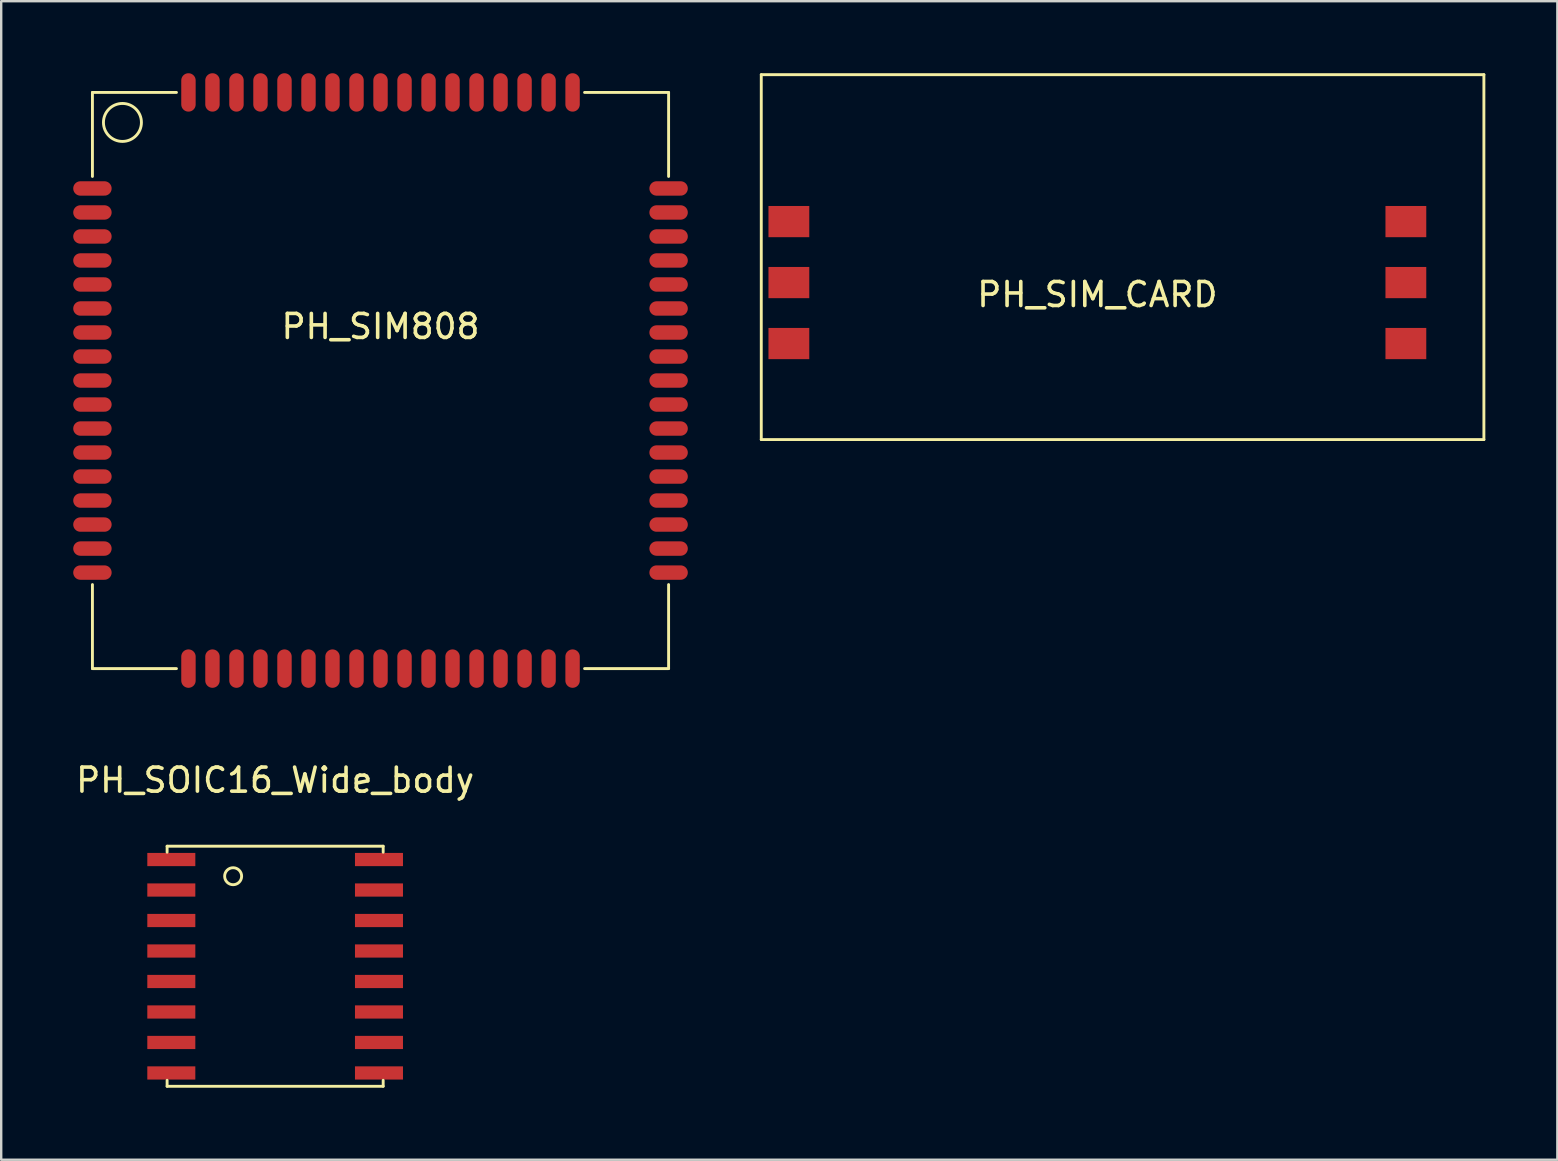
<source format=kicad_pcb>
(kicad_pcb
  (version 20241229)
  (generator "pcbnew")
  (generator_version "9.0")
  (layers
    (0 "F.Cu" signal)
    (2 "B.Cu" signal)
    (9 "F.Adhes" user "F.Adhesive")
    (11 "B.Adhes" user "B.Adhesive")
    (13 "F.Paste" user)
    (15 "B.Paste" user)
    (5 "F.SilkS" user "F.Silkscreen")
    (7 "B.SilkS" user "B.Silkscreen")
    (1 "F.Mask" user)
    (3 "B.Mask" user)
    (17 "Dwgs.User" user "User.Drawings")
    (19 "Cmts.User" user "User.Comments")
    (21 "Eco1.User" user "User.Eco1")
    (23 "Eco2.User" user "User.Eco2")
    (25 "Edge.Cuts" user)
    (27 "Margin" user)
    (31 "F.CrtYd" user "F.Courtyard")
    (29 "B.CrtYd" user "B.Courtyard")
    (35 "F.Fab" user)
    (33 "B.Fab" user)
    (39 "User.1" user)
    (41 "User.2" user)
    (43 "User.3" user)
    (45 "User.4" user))
  (footprint "PH_SOIC16_Wide_body"
    (layer "F.Cu")
    (at 8.411 37.198)
    (property "Reference" "PH_SOIC16_Wide_body" (at 0 -7.75 0) (layer "F.SilkS") (effects (font (size 1 1) (thickness 0.15))))
    (attr through_hole)
    (fp_line (start -4.5 -5) (end 4.5 -5) (stroke (width 0.12) (type solid)) (layer "F.SilkS"))
    (fp_line (start -4.5 -4.75) (end -4.5 -5) (stroke (width 0.12) (type solid)) (layer "F.SilkS"))
    (fp_line (start -4.5 4.75) (end -4.5 5) (stroke (width 0.12) (type solid)) (layer "F.SilkS"))
    (fp_line (start -4.5 5) (end 4.5 5) (stroke (width 0.12) (type solid)) (layer "F.SilkS"))
    (fp_line (start 4.5 -5) (end 4.5 -4.75) (stroke (width 0.12) (type solid)) (layer "F.SilkS"))
    (fp_line (start 4.5 5) (end 4.5 4.75) (stroke (width 0.12) (type solid)) (layer "F.SilkS"))
    (fp_circle (center -1.75 -3.75) (end -1.5 -3.5) (stroke (width 0.12) (type solid)) (fill no) (layer "F.SilkS"))
    (pad "1" smd rect (at -4.325 -4.445) (size 2 0.55) (layers "F.Cu" "F.Mask" "F.Paste"))
    (pad "2" smd rect (at -4.325 -3.175) (size 2 0.55) (layers "F.Cu" "F.Mask" "F.Paste"))
    (pad "3" smd rect (at -4.325 -1.905) (size 2 0.55) (layers "F.Cu" "F.Mask" "F.Paste"))
    (pad "4" smd rect (at -4.325 -0.635) (size 2 0.55) (layers "F.Cu" "F.Mask" "F.Paste"))
    (pad "5" smd rect (at -4.325 0.635) (size 2 0.55) (layers "F.Cu" "F.Mask" "F.Paste"))
    (pad "6" smd rect (at -4.325 1.905) (size 2 0.55) (layers "F.Cu" "F.Mask" "F.Paste"))
    (pad "7" smd rect (at -4.325 3.175) (size 2 0.55) (layers "F.Cu" "F.Mask" "F.Paste"))
    (pad "8" smd rect (at -4.325 4.445) (size 2 0.55) (layers "F.Cu" "F.Mask" "F.Paste"))
    (pad "9" smd rect (at 4.325 4.445) (size 2 0.55) (layers "F.Cu" "F.Mask" "F.Paste"))
    (pad "10" smd rect (at 4.325 3.175) (size 2 0.55) (layers "F.Cu" "F.Mask" "F.Paste"))
    (pad "11" smd rect (at 4.325 1.905) (size 2 0.55) (layers "F.Cu" "F.Mask" "F.Paste"))
    (pad "12" smd rect (at 4.325 0.635) (size 2 0.55) (layers "F.Cu" "F.Mask" "F.Paste"))
    (pad "13" smd rect (at 4.325 -0.635) (size 2 0.55) (layers "F.Cu" "F.Mask" "F.Paste"))
    (pad "14" smd rect (at 4.325 -1.905) (size 2 0.55) (layers "F.Cu" "F.Mask" "F.Paste"))
    (pad "15" smd rect (at 4.325 -3.175) (size 2 0.55) (layers "F.Cu" "F.Mask" "F.Paste"))
    (pad "16" smd rect (at 4.325 -4.445) (size 2 0.55) (layers "F.Cu" "F.Mask" "F.Paste")))
  (footprint "PH_SIM_CARD"
    (layer "F.Cu")
    (at 42.66 8.72)
    (property "Reference" "PH_SIM_CARD" (at 0 0.5 0) (layer "F.SilkS") (effects (font (size 1 1) (thickness 0.15))))
    (attr through_hole)
    (fp_line (start -14 -8.66) (end -14 6.54) (stroke (width 0.12) (type solid)) (layer "F.SilkS"))
    (fp_line (start -14 -8.66) (end 16.1 -8.66) (stroke (width 0.12) (type solid)) (layer "F.SilkS"))
    (fp_line (start -14 6.54) (end 16.1 6.54) (stroke (width 0.12) (type solid)) (layer "F.SilkS"))
    (fp_line (start 16.1 -8.66) (end 16.1 6.54) (stroke (width 0.12) (type solid)) (layer "F.SilkS"))
    (pad "1" smd rect (at -12.85 2.54) (size 1.7 1.3) (layers "F.Cu" "F.Mask" "F.Paste"))
    (pad "2" smd rect (at -12.85 0) (size 1.7 1.3) (layers "F.Cu" "F.Mask" "F.Paste"))
    (pad "3" smd rect (at -12.85 -2.54) (size 1.7 1.3) (layers "F.Cu" "F.Mask" "F.Paste"))
    (pad "5" smd rect (at 12.85 2.54) (size 1.7 1.3) (layers "F.Cu" "F.Mask" "F.Paste"))
    (pad "6" smd rect (at 12.85 0) (size 1.7 1.3) (layers "F.Cu" "F.Mask" "F.Paste"))
    (pad "7" smd rect (at 12.85 -2.54) (size 1.7 1.3) (layers "F.Cu" "F.Mask" "F.Paste")))
  (footprint "PH_SIM808"
    (layer "F.Cu")
    (at 12.8 12.8)
    (property "Reference" "PH_SIM808" (at 0 -2.25 0) (layer "F.SilkS") (effects (font (size 1 1) (thickness 0.15))))
    (attr through_hole)
    (fp_line (start -12 -12) (end -12 -8.5) (stroke (width 0.12) (type solid)) (layer "F.SilkS"))
    (fp_line (start -12 -12) (end -8.5 -12) (stroke (width 0.12) (type solid)) (layer "F.SilkS"))
    (fp_line (start -12 12) (end -12 8.5) (stroke (width 0.12) (type solid)) (layer "F.SilkS"))
    (fp_line (start -12 12) (end -8.5 12) (stroke (width 0.12) (type solid)) (layer "F.SilkS"))
    (fp_line (start 12 -12) (end 8.5 -12) (stroke (width 0.12) (type solid)) (layer "F.SilkS"))
    (fp_line (start 12 -12) (end 12 -8.5) (stroke (width 0.12) (type solid)) (layer "F.SilkS"))
    (fp_line (start 12 12) (end 8.5 12) (stroke (width 0.12) (type solid)) (layer "F.SilkS"))
    (fp_line (start 12 12) (end 12 8.5) (stroke (width 0.12) (type solid)) (layer "F.SilkS"))
    (fp_circle (center -10.75 -10.75) (end -10.5 -10) (stroke (width 0.12) (type solid)) (fill no) (layer "F.SilkS"))
    (pad "1" smd oval (at -12 -8) (size 1.6 0.6) (layers "F.Cu" "F.Mask" "F.Paste"))
    (pad "2" smd oval (at -12 -7) (size 1.6 0.6) (layers "F.Cu" "F.Mask" "F.Paste"))
    (pad "3" smd oval (at -12 -6) (size 1.6 0.6) (layers "F.Cu" "F.Mask" "F.Paste"))
    (pad "4" smd oval (at -12 -5) (size 1.6 0.6) (layers "F.Cu" "F.Mask" "F.Paste"))
    (pad "5" smd oval (at -12 -4) (size 1.6 0.6) (layers "F.Cu" "F.Mask" "F.Paste"))
    (pad "6" smd oval (at -12 -3) (size 1.6 0.6) (layers "F.Cu" "F.Mask" "F.Paste"))
    (pad "7" smd oval (at -12 -2) (size 1.6 0.6) (layers "F.Cu" "F.Mask" "F.Paste"))
    (pad "8" smd oval (at -12 -1) (size 1.6 0.6) (layers "F.Cu" "F.Mask" "F.Paste"))
    (pad "9" smd oval (at -12 0) (size 1.6 0.6) (layers "F.Cu" "F.Mask" "F.Paste"))
    (pad "10" smd oval (at -12 1) (size 1.6 0.6) (layers "F.Cu" "F.Mask" "F.Paste"))
    (pad "11" smd oval (at -12 2) (size 1.6 0.6) (layers "F.Cu" "F.Mask" "F.Paste"))
    (pad "12" smd oval (at -12 3) (size 1.6 0.6) (layers "F.Cu" "F.Mask" "F.Paste"))
    (pad "13" smd oval (at -12 4) (size 1.6 0.6) (layers "F.Cu" "F.Mask" "F.Paste"))
    (pad "14" smd oval (at -12 5) (size 1.6 0.6) (layers "F.Cu" "F.Mask" "F.Paste"))
    (pad "15" smd oval (at -12 6) (size 1.6 0.6) (layers "F.Cu" "F.Mask" "F.Paste"))
    (pad "16" smd oval (at -12 7) (size 1.6 0.6) (layers "F.Cu" "F.Mask" "F.Paste"))
    (pad "17" smd oval (at -12 8) (size 1.6 0.6) (layers "F.Cu" "F.Mask" "F.Paste"))
    (pad "18" smd oval (at -8 12) (size 0.6 1.6) (layers "F.Cu" "F.Mask" "F.Paste"))
    (pad "19" smd oval (at -7 12) (size 0.6 1.6) (layers "F.Cu" "F.Mask" "F.Paste"))
    (pad "20" smd oval (at -6 12) (size 0.6 1.6) (layers "F.Cu" "F.Mask" "F.Paste"))
    (pad "21" smd oval (at -5 12) (size 0.6 1.6) (layers "F.Cu" "F.Mask" "F.Paste"))
    (pad "22" smd oval (at -4 12) (size 0.6 1.6) (layers "F.Cu" "F.Mask" "F.Paste"))
    (pad "23" smd oval (at -3 12) (size 0.6 1.6) (layers "F.Cu" "F.Mask" "F.Paste"))
    (pad "24" smd oval (at -2 12) (size 0.6 1.6) (layers "F.Cu" "F.Mask" "F.Paste"))
    (pad "25" smd oval (at -1 12) (size 0.6 1.6) (layers "F.Cu" "F.Mask" "F.Paste"))
    (pad "26" smd oval (at 0 12) (size 0.6 1.6) (layers "F.Cu" "F.Mask" "F.Paste"))
    (pad "27" smd oval (at 1 12) (size 0.6 1.6) (layers "F.Cu" "F.Mask" "F.Paste"))
    (pad "28" smd oval (at 2 12) (size 0.6 1.6) (layers "F.Cu" "F.Mask" "F.Paste"))
    (pad "29" smd oval (at 3 12) (size 0.6 1.6) (layers "F.Cu" "F.Mask" "F.Paste"))
    (pad "30" smd oval (at 4 12) (size 0.6 1.6) (layers "F.Cu" "F.Mask" "F.Paste"))
    (pad "31" smd oval (at 5 12) (size 0.6 1.6) (layers "F.Cu" "F.Mask" "F.Paste"))
    (pad "32" smd oval (at 6 12) (size 0.6 1.6) (layers "F.Cu" "F.Mask" "F.Paste"))
    (pad "33" smd oval (at 7 12) (size 0.6 1.6) (layers "F.Cu" "F.Mask" "F.Paste"))
    (pad "34" smd oval (at 8 12) (size 0.6 1.6) (layers "F.Cu" "F.Mask" "F.Paste"))
    (pad "35" smd oval (at 12 8) (size 1.6 0.6) (layers "F.Cu" "F.Mask" "F.Paste"))
    (pad "36" smd oval (at 12 7) (size 1.6 0.6) (layers "F.Cu" "F.Mask" "F.Paste"))
    (pad "37" smd oval (at 12 6) (size 1.6 0.6) (layers "F.Cu" "F.Mask" "F.Paste"))
    (pad "38" smd oval (at 12 5) (size 1.6 0.6) (layers "F.Cu" "F.Mask" "F.Paste"))
    (pad "39" smd oval (at 12 4) (size 1.6 0.6) (layers "F.Cu" "F.Mask" "F.Paste"))
    (pad "40" smd oval (at 12 3) (size 1.6 0.6) (layers "F.Cu" "F.Mask" "F.Paste"))
    (pad "41" smd oval (at 12 2) (size 1.6 0.6) (layers "F.Cu" "F.Mask" "F.Paste"))
    (pad "42" smd oval (at 12 1) (size 1.6 0.6) (layers "F.Cu" "F.Mask" "F.Paste"))
    (pad "43" smd oval (at 12 0) (size 1.6 0.6) (layers "F.Cu" "F.Mask" "F.Paste"))
    (pad "44" smd oval (at 12 -1) (size 1.6 0.6) (layers "F.Cu" "F.Mask" "F.Paste"))
    (pad "45" smd oval (at 12 -2) (size 1.6 0.6) (layers "F.Cu" "F.Mask" "F.Paste"))
    (pad "46" smd oval (at 12 -3) (size 1.6 0.6) (layers "F.Cu" "F.Mask" "F.Paste"))
    (pad "47" smd oval (at 12 -4) (size 1.6 0.6) (layers "F.Cu" "F.Mask" "F.Paste"))
    (pad "48" smd oval (at 12 -5) (size 1.6 0.6) (layers "F.Cu" "F.Mask" "F.Paste"))
    (pad "49" smd oval (at 12 -6) (size 1.6 0.6) (layers "F.Cu" "F.Mask" "F.Paste"))
    (pad "50" smd oval (at 12 -7) (size 1.6 0.6) (layers "F.Cu" "F.Mask" "F.Paste"))
    (pad "51" smd oval (at 12 -8) (size 1.6 0.6) (layers "F.Cu" "F.Mask" "F.Paste"))
    (pad "52" smd oval (at 8 -12) (size 0.6 1.6) (layers "F.Cu" "F.Mask" "F.Paste"))
    (pad "53" smd oval (at 7 -12) (size 0.6 1.6) (layers "F.Cu" "F.Mask" "F.Paste"))
    (pad "54" smd oval (at 6 -12) (size 0.6 1.6) (layers "F.Cu" "F.Mask" "F.Paste"))
    (pad "55" smd oval (at 5 -12) (size 0.6 1.6) (layers "F.Cu" "F.Mask" "F.Paste"))
    (pad "56" smd oval (at 4 -12) (size 0.6 1.6) (layers "F.Cu" "F.Mask" "F.Paste"))
    (pad "57" smd oval (at 3 -12) (size 0.6 1.6) (layers "F.Cu" "F.Mask" "F.Paste"))
    (pad "58" smd oval (at 2 -12) (size 0.6 1.6) (layers "F.Cu" "F.Mask" "F.Paste"))
    (pad "59" smd oval (at 1 -12) (size 0.6 1.6) (layers "F.Cu" "F.Mask" "F.Paste"))
    (pad "60" smd oval (at 0 -12) (size 0.6 1.6) (layers "F.Cu" "F.Mask" "F.Paste"))
    (pad "61" smd oval (at -1 -12) (size 0.6 1.6) (layers "F.Cu" "F.Mask" "F.Paste"))
    (pad "62" smd oval (at -2 -12) (size 0.6 1.6) (layers "F.Cu" "F.Mask" "F.Paste"))
    (pad "63" smd oval (at -3 -12) (size 0.6 1.6) (layers "F.Cu" "F.Mask" "F.Paste"))
    (pad "64" smd oval (at -4 -12) (size 0.6 1.6) (layers "F.Cu" "F.Mask" "F.Paste"))
    (pad "65" smd oval (at -5 -12) (size 0.6 1.6) (layers "F.Cu" "F.Mask" "F.Paste"))
    (pad "66" smd oval (at -6 -12) (size 0.6 1.6) (layers "F.Cu" "F.Mask" "F.Paste"))
    (pad "67" smd oval (at -7 -12) (size 0.6 1.6) (layers "F.Cu" "F.Mask" "F.Paste"))
    (pad "68" smd oval (at -8 -12) (size 0.6 1.6) (layers "F.Cu" "F.Mask" "F.Paste")))
  (gr_rect
    (start -3 -3)
    (end 61.82 45.258)
    (stroke (width 0.1) (type default))
    (fill no)
    (layer "Edge.Cuts")))
</source>
